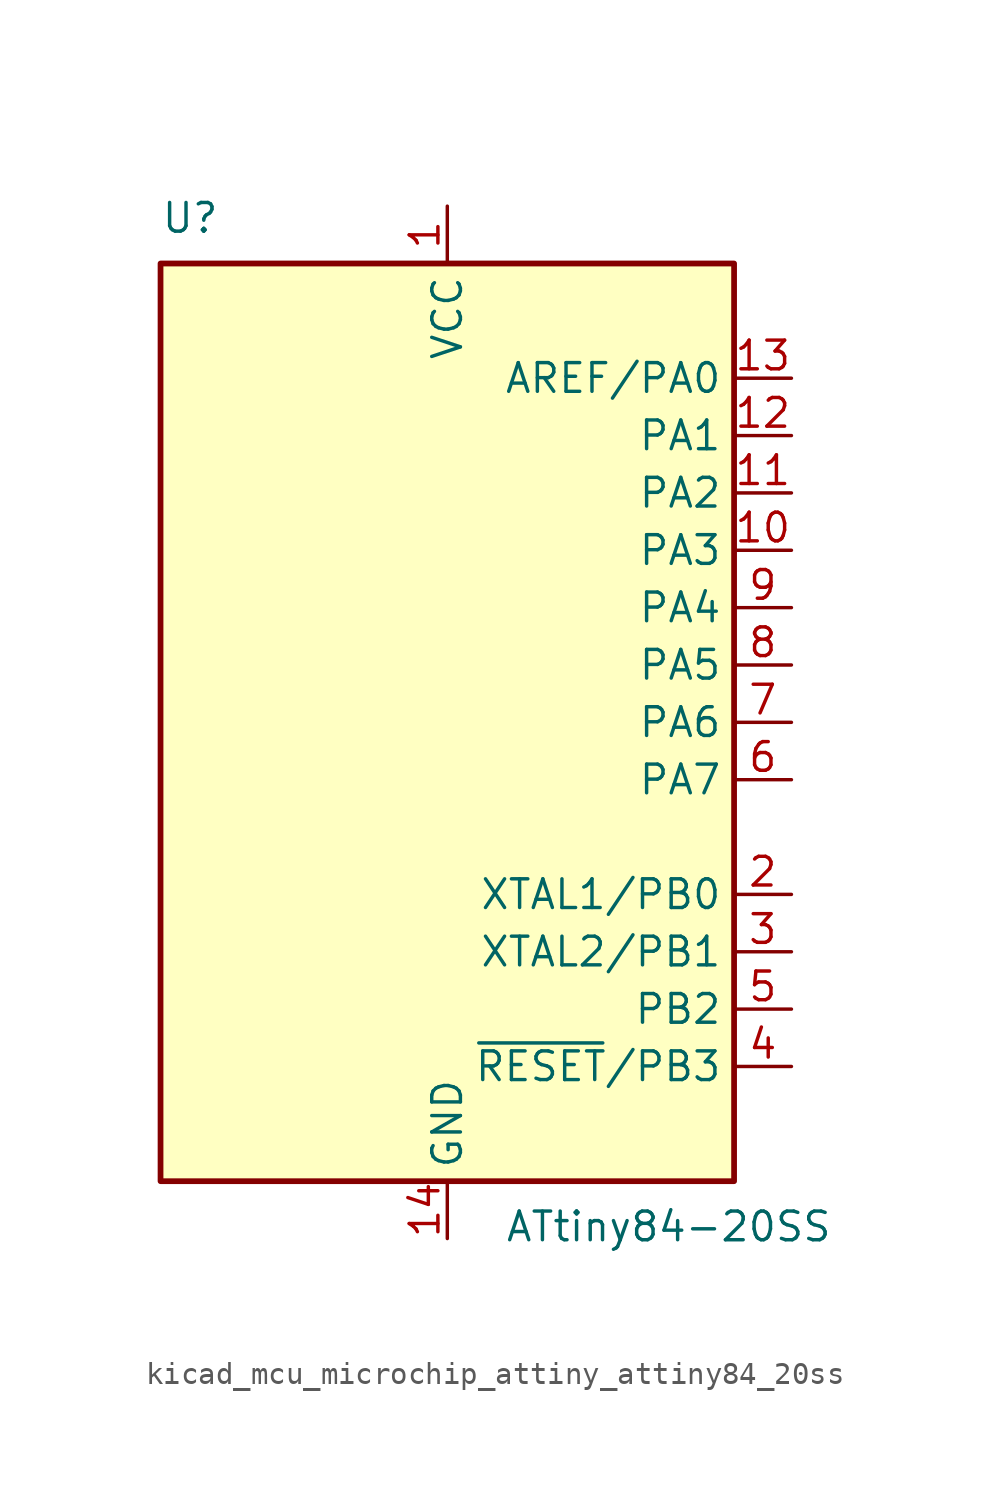
<source format=kicad_sym>
(kicad_symbol_lib
  (version 20220914)
  (generator kicad_symbol_editor)
  (symbol "kicad_mcu_microchip_attiny_attiny84_20ss"
    (property "Reference" "U"
      (at -12.7 21.59 0)
      (effects (font (size 1.27 1.27)) (justify left bottom)))
    (property "Value" "ATtiny84-20SS"
      (at 2.54 -21.59 0)
      (effects (font (size 1.27 1.27)) (justify left top)))
    (symbol "kicad_mcu_microchip_attiny_attiny84_20ss_0_1"
      (rectangle (start -12.7 -20.32) (end 12.7 20.32) (stroke (width 0.254) (type default)) (fill (type background))))
    (symbol "kicad_mcu_microchip_attiny_attiny84_20ss_1_1"
      (pin power_in line (at 0 22.86 270) (length 2.54) (name "VCC" (effects (font (size 1.27 1.27)))) (number "1" (effects (font (size 1.27 1.27)))))
      (pin bidirectional line (at 15.24 7.62 180) (length 2.54) (name "PA3" (effects (font (size 1.27 1.27)))) (number "10" (effects (font (size 1.27 1.27)))))
      (pin bidirectional line (at 15.24 10.16 180) (length 2.54) (name "PA2" (effects (font (size 1.27 1.27)))) (number "11" (effects (font (size 1.27 1.27)))))
      (pin bidirectional line (at 15.24 12.7 180) (length 2.54) (name "PA1" (effects (font (size 1.27 1.27)))) (number "12" (effects (font (size 1.27 1.27)))))
      (pin bidirectional line (at 15.24 15.24 180) (length 2.54) (name "AREF/PA0" (effects (font (size 1.27 1.27)))) (number "13" (effects (font (size 1.27 1.27)))))
      (pin power_in line (at 0 -22.86 90) (length 2.54) (name "GND" (effects (font (size 1.27 1.27)))) (number "14" (effects (font (size 1.27 1.27)))))
      (pin bidirectional line (at 15.24 -7.62 180) (length 2.54) (name "XTAL1/PB0" (effects (font (size 1.27 1.27)))) (number "2" (effects (font (size 1.27 1.27)))))
      (pin bidirectional line (at 15.24 -10.16 180) (length 2.54) (name "XTAL2/PB1" (effects (font (size 1.27 1.27)))) (number "3" (effects (font (size 1.27 1.27)))))
      (pin bidirectional line (at 15.24 -15.24 180) (length 2.54) (name "~{RESET}/PB3" (effects (font (size 1.27 1.27)))) (number "4" (effects (font (size 1.27 1.27)))))
      (pin bidirectional line (at 15.24 -12.7 180) (length 2.54) (name "PB2" (effects (font (size 1.27 1.27)))) (number "5" (effects (font (size 1.27 1.27)))))
      (pin bidirectional line (at 15.24 -2.54 180) (length 2.54) (name "PA7" (effects (font (size 1.27 1.27)))) (number "6" (effects (font (size 1.27 1.27)))))
      (pin bidirectional line (at 15.24 0 180) (length 2.54) (name "PA6" (effects (font (size 1.27 1.27)))) (number "7" (effects (font (size 1.27 1.27)))))
      (pin bidirectional line (at 15.24 2.54 180) (length 2.54) (name "PA5" (effects (font (size 1.27 1.27)))) (number "8" (effects (font (size 1.27 1.27)))))
      (pin bidirectional line (at 15.24 5.08 180) (length 2.54) (name "PA4" (effects (font (size 1.27 1.27)))) (number "9" (effects (font (size 1.27 1.27))))))))
</source>
